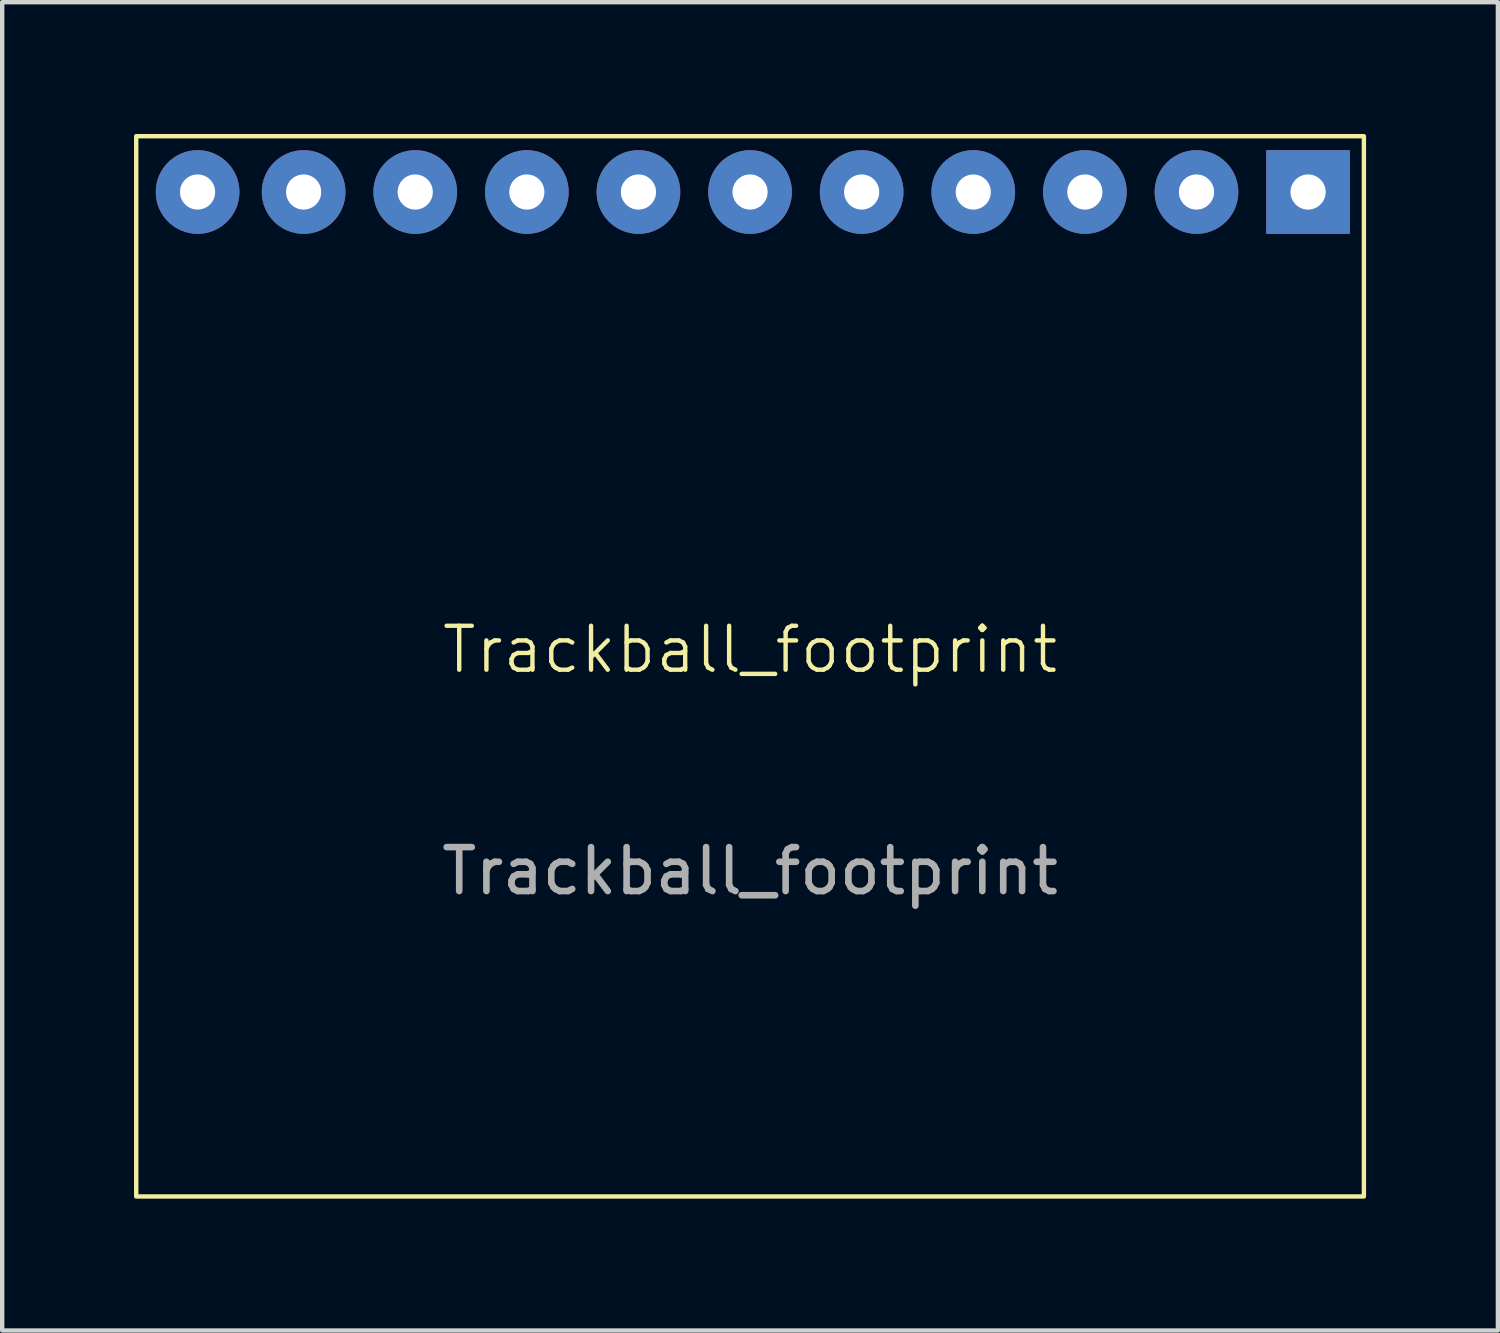
<source format=kicad_pcb>
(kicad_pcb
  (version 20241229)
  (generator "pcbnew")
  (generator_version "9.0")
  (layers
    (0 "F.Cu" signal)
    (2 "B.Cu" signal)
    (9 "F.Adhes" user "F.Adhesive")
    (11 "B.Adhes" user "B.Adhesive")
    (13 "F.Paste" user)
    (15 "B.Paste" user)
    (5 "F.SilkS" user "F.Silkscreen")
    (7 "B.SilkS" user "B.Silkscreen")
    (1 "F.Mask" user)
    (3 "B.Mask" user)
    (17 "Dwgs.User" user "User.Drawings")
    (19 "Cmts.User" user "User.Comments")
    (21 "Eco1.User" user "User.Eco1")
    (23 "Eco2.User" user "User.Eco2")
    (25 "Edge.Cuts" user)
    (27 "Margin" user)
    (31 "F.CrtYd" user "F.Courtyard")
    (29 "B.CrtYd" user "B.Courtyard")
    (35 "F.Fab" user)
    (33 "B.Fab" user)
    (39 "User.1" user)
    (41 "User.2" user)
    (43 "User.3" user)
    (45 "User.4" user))
  (footprint "Trackball_footprint"
    (layer "F.Cu")
    (at 14.02 13.004)
    (property "Reference" "Trackball_footprint" (at 0 -1.27 0) (unlocked yes) (layer "F.SilkS") (effects (font (size 1 1) (thickness 0.1))))
    (attr smd)
    (fp_rect (start -13.97 -12.954) (end 13.97 11.176) (stroke (width 0.1) (type default)) (fill no) (layer "F.SilkS"))
    (fp_text user "${REFERENCE}" (at 0 3.77 0) (unlocked yes) (layer "F.Fab") (effects (font (size 1 1) (thickness 0.15))))
    (pad "1" thru_hole rect (at 12.7 -11.684) (size 1.905 1.905) (drill 0.8) (layers "*.Cu" "*.Mask"))
    (pad "2" thru_hole circle (at 10.16 -11.684) (size 1.905 1.905) (drill 0.8) (layers "*.Cu" "*.Mask"))
    (pad "3" thru_hole circle (at 7.62 -11.684) (size 1.905 1.905) (drill 0.8) (layers "*.Cu" "*.Mask"))
    (pad "4" thru_hole circle (at 5.08 -11.684) (size 1.905 1.905) (drill 0.8) (layers "*.Cu" "*.Mask"))
    (pad "5" thru_hole circle (at 2.54 -11.684) (size 1.905 1.905) (drill 0.8) (layers "*.Cu" "*.Mask"))
    (pad "6" thru_hole circle (at 0 -11.684) (size 1.905 1.905) (drill 0.8) (layers "*.Cu" "*.Mask"))
    (pad "7" thru_hole circle (at -2.54 -11.684) (size 1.905 1.905) (drill 0.8) (layers "*.Cu" "*.Mask"))
    (pad "8" thru_hole circle (at -5.08 -11.684) (size 1.905 1.905) (drill 0.8) (layers "*.Cu" "*.Mask"))
    (pad "9" thru_hole circle (at -7.62 -11.684) (size 1.905 1.905) (drill 0.8) (layers "*.Cu" "*.Mask"))
    (pad "10" thru_hole circle (at -10.16 -11.684) (size 1.905 1.905) (drill 0.8) (layers "*.Cu" "*.Mask"))
    (pad "11" thru_hole circle (at -12.573 -11.684) (size 1.905 1.905) (drill 0.8) (layers "*.Cu" "*.Mask")))
  (gr_rect
    (start -3 -3)
    (end 31.04 27.23)
    (stroke (width 0.1) (type default))
    (fill no)
    (layer "Edge.Cuts")))
</source>
